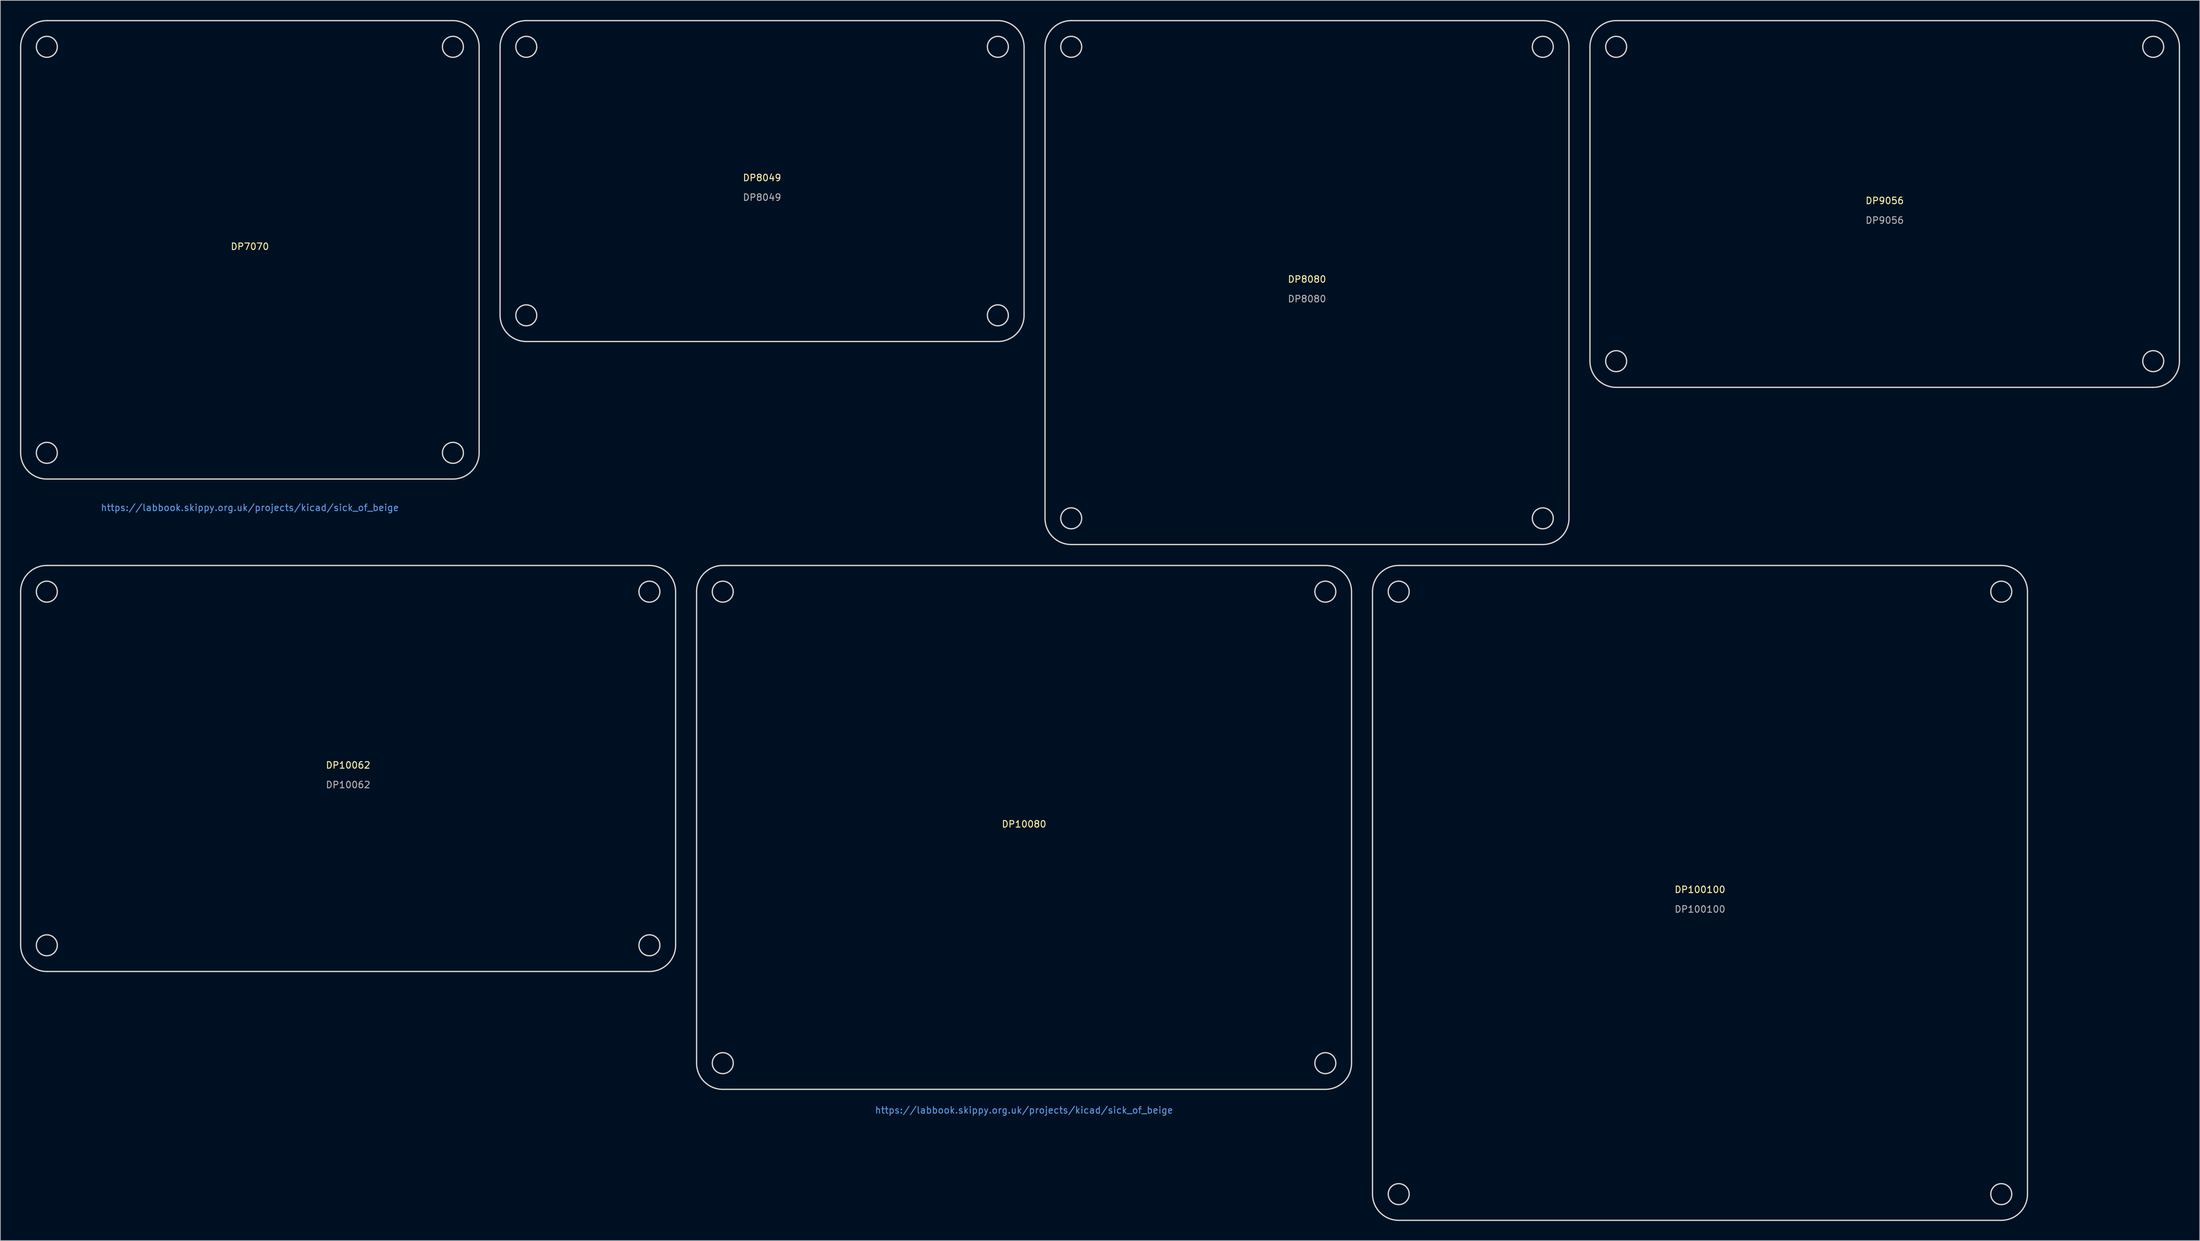
<source format=kicad_pcb>
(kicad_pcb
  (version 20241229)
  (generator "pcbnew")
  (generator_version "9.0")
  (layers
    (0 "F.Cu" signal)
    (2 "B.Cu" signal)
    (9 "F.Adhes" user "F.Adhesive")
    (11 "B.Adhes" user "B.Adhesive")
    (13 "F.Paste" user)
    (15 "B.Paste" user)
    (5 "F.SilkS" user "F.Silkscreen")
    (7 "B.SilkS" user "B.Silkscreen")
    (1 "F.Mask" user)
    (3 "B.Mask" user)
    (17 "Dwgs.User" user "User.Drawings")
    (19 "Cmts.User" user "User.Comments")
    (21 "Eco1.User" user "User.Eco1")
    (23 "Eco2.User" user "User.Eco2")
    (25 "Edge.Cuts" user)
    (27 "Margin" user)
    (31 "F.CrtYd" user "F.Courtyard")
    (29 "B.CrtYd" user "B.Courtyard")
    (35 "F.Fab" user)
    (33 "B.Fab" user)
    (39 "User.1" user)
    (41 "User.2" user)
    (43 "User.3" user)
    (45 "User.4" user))
  (footprint "DP10062"
    (layer "F.Cu")
    (at 50.1 114.3)
    (property "Reference" "DP10062" (at 0 -0.5 0) (unlocked yes) (layer "F.SilkS") (effects (font (size 1 1) (thickness 0.15))))
    (fp_line (start -50 27) (end -50 -27) (stroke (width 0.2) (type solid)) (layer "Edge.Cuts"))
    (fp_line (start -46 -31) (end 46 -31) (stroke (width 0.2) (type solid)) (layer "Edge.Cuts"))
    (fp_line (start 46 31) (end -46 31) (stroke (width 0.2) (type solid)) (layer "Edge.Cuts"))
    (fp_line (start 50 -27) (end 50 27) (stroke (width 0.2) (type solid)) (layer "Edge.Cuts"))
    (fp_arc (start -50 -27) (mid -48.828427 -29.828427) (end -46 -31) (stroke (width 0.2) (type solid)) (layer "Edge.Cuts"))
    (fp_arc (start -46 31) (mid -48.828427 29.828427) (end -50 27) (stroke (width 0.2) (type solid)) (layer "Edge.Cuts"))
    (fp_arc (start 46 -31) (mid 48.828427 -29.828427) (end 50 -27) (stroke (width 0.2) (type solid)) (layer "Edge.Cuts"))
    (fp_arc (start 50 27) (mid 48.828427 29.828427) (end 46 31) (stroke (width 0.2) (type solid)) (layer "Edge.Cuts"))
    (fp_circle (center -46 -27) (end -44.4 -27) (stroke (width 0.2) (type solid)) (fill no) (layer "Edge.Cuts"))
    (fp_circle (center -46 27) (end -44.4 27) (stroke (width 0.2) (type solid)) (fill no) (layer "Edge.Cuts"))
    (fp_circle (center 46 -27) (end 47.6 -27) (stroke (width 0.2) (type solid)) (fill no) (layer "Edge.Cuts"))
    (fp_circle (center 46 27) (end 47.6 27) (stroke (width 0.2) (type solid)) (fill no) (layer "Edge.Cuts"))
    (fp_text user "${REFERENCE}" (at 0 2.5 0) (unlocked yes) (layer "F.Fab") (effects (font (size 1 1) (thickness 0.15)))))
  (footprint "DP10080"
    (layer "F.Cu")
    (at 153.3 123.3)
    (property "Reference" "DP10080" (at 0 -0.5 0) (unlocked yes) (layer "F.SilkS") (effects (font (size 1 1) (thickness 0.15))))
    (fp_line (start -50 36) (end -50 -36) (stroke (width 0.2) (type solid)) (layer "Edge.Cuts"))
    (fp_line (start -46 -40) (end 46 -40) (stroke (width 0.2) (type solid)) (layer "Edge.Cuts"))
    (fp_line (start 46 40) (end -46 40) (stroke (width 0.2) (type solid)) (layer "Edge.Cuts"))
    (fp_line (start 50 -36) (end 50 36) (stroke (width 0.2) (type solid)) (layer "Edge.Cuts"))
    (fp_arc (start -50 -36) (mid -48.828427 -38.828427) (end -46 -40) (stroke (width 0.2) (type solid)) (layer "Edge.Cuts"))
    (fp_arc (start -46 40) (mid -48.828427 38.828427) (end -50 36) (stroke (width 0.2) (type solid)) (layer "Edge.Cuts"))
    (fp_arc (start 46 -40) (mid 48.828427 -38.828427) (end 50 -36) (stroke (width 0.2) (type solid)) (layer "Edge.Cuts"))
    (fp_arc (start 50 36) (mid 48.828427 38.828427) (end 46 40) (stroke (width 0.2) (type solid)) (layer "Edge.Cuts"))
    (fp_circle (center -46 -36) (end -44.4 -36) (stroke (width 0.2) (type solid)) (fill no) (layer "Edge.Cuts"))
    (fp_circle (center -46 36) (end -44.4 36) (stroke (width 0.2) (type solid)) (fill no) (layer "Edge.Cuts"))
    (fp_circle (center 46 -36) (end 47.6 -36) (stroke (width 0.2) (type solid)) (fill no) (layer "Edge.Cuts"))
    (fp_circle (center 46 36) (end 47.6 36) (stroke (width 0.2) (type solid)) (fill no) (layer "Edge.Cuts"))
    (fp_text user "https://labbook.skippy.org.uk/projects/kicad/sick_of_beige" (at 0 43.18 0) (unlocked yes) (layer "Cmts.User") (effects (font (size 1 1) (thickness 0.15)))))
  (footprint "DP8049"
    (layer "F.Cu")
    (at 113.3 24.6)
    (property "Reference" "DP8049" (at 0 -0.5 0) (unlocked yes) (layer "F.SilkS") (effects (font (size 1 1) (thickness 0.15))))
    (fp_line (start -40 20.5) (end -40 -20.5) (stroke (width 0.2) (type solid)) (layer "Edge.Cuts"))
    (fp_line (start -36 -24.5) (end 36 -24.5) (stroke (width 0.2) (type solid)) (layer "Edge.Cuts"))
    (fp_line (start 36 24.5) (end -36 24.5) (stroke (width 0.2) (type solid)) (layer "Edge.Cuts"))
    (fp_line (start 40 -20.5) (end 40 20.5) (stroke (width 0.2) (type solid)) (layer "Edge.Cuts"))
    (fp_arc (start -40 -20.5) (mid -38.828427 -23.328427) (end -36 -24.5) (stroke (width 0.2) (type solid)) (layer "Edge.Cuts"))
    (fp_arc (start -36 24.5) (mid -38.828427 23.328427) (end -40 20.5) (stroke (width 0.2) (type solid)) (layer "Edge.Cuts"))
    (fp_arc (start 36 -24.5) (mid 38.828427 -23.328427) (end 40 -20.5) (stroke (width 0.2) (type solid)) (layer "Edge.Cuts"))
    (fp_arc (start 40 20.5) (mid 38.828427 23.328427) (end 36 24.5) (stroke (width 0.2) (type solid)) (layer "Edge.Cuts"))
    (fp_circle (center -36 -20.5) (end -34.4 -20.5) (stroke (width 0.2) (type solid)) (fill no) (layer "Edge.Cuts"))
    (fp_circle (center -36 20.5) (end -34.4 20.5) (stroke (width 0.2) (type solid)) (fill no) (layer "Edge.Cuts"))
    (fp_circle (center 36 -20.5) (end 37.6 -20.5) (stroke (width 0.2) (type solid)) (fill no) (layer "Edge.Cuts"))
    (fp_circle (center 36 20.5) (end 37.6 20.5) (stroke (width 0.2) (type solid)) (fill no) (layer "Edge.Cuts"))
    (fp_text user "${REFERENCE}" (at 0 2.5 0) (unlocked yes) (layer "F.Fab") (effects (font (size 1 1) (thickness 0.15)))))
  (footprint "DP7070"
    (layer "F.Cu")
    (at 35.1 35.1)
    (property "Reference" "DP7070" (at 0 -0.5 0) (unlocked yes) (layer "F.SilkS") (effects (font (size 1 1) (thickness 0.15))))
    (fp_line (start -35 31) (end -35 -31) (stroke (width 0.2) (type solid)) (layer "Edge.Cuts"))
    (fp_line (start -31 -35) (end 31 -35) (stroke (width 0.2) (type solid)) (layer "Edge.Cuts"))
    (fp_line (start 31 35) (end -31 35) (stroke (width 0.2) (type solid)) (layer "Edge.Cuts"))
    (fp_line (start 35 -31) (end 35 31) (stroke (width 0.2) (type solid)) (layer "Edge.Cuts"))
    (fp_arc (start -35 -31) (mid -33.828427 -33.828427) (end -31 -35) (stroke (width 0.2) (type solid)) (layer "Edge.Cuts"))
    (fp_arc (start -31 35) (mid -33.828427 33.828427) (end -35 31) (stroke (width 0.2) (type solid)) (layer "Edge.Cuts"))
    (fp_arc (start 31 -35) (mid 33.828427 -33.828427) (end 35 -31) (stroke (width 0.2) (type solid)) (layer "Edge.Cuts"))
    (fp_arc (start 35 31) (mid 33.828427 33.828427) (end 31 35) (stroke (width 0.2) (type solid)) (layer "Edge.Cuts"))
    (fp_circle (center -31 -31) (end -29.4 -31) (stroke (width 0.2) (type solid)) (fill no) (layer "Edge.Cuts"))
    (fp_circle (center -31 31) (end -29.4 31) (stroke (width 0.2) (type solid)) (fill no) (layer "Edge.Cuts"))
    (fp_circle (center 31 -31) (end 32.6 -31) (stroke (width 0.2) (type solid)) (fill no) (layer "Edge.Cuts"))
    (fp_circle (center 31 31) (end 32.6 31) (stroke (width 0.2) (type solid)) (fill no) (layer "Edge.Cuts"))
    (fp_text user "https://labbook.skippy.org.uk/projects/kicad/sick_of_beige" (at 0 39.37 0) (unlocked yes) (layer "Cmts.User") (effects (font (size 1 1) (thickness 0.15)))))
  (footprint "DP9056"
    (layer "F.Cu")
    (at 284.7 28.1)
    (property "Reference" "DP9056" (at 0 -0.5 0) (unlocked yes) (layer "F.SilkS") (effects (font (size 1 1) (thickness 0.15))))
    (fp_line (start -45 24) (end -45 -24) (stroke (width 0.2) (type solid)) (layer "Edge.Cuts"))
    (fp_line (start -41 -28) (end 41 -28) (stroke (width 0.2) (type solid)) (layer "Edge.Cuts"))
    (fp_line (start 41 28) (end -41 28) (stroke (width 0.2) (type solid)) (layer "Edge.Cuts"))
    (fp_line (start 45 -24) (end 45 24) (stroke (width 0.2) (type solid)) (layer "Edge.Cuts"))
    (fp_arc (start -45 -24) (mid -43.828427 -26.828427) (end -41 -28) (stroke (width 0.2) (type solid)) (layer "Edge.Cuts"))
    (fp_arc (start -41 28) (mid -43.828427 26.828427) (end -45 24) (stroke (width 0.2) (type solid)) (layer "Edge.Cuts"))
    (fp_arc (start 41 -28) (mid 43.828427 -26.828427) (end 45 -24) (stroke (width 0.2) (type solid)) (layer "Edge.Cuts"))
    (fp_arc (start 45 24) (mid 43.828427 26.828427) (end 41 28) (stroke (width 0.2) (type solid)) (layer "Edge.Cuts"))
    (fp_circle (center -41 -24) (end -39.4 -24) (stroke (width 0.2) (type solid)) (fill no) (layer "Edge.Cuts"))
    (fp_circle (center -41 24) (end -39.4 24) (stroke (width 0.2) (type solid)) (fill no) (layer "Edge.Cuts"))
    (fp_circle (center 41 -24) (end 42.6 -24) (stroke (width 0.2) (type solid)) (fill no) (layer "Edge.Cuts"))
    (fp_circle (center 41 24) (end 42.6 24) (stroke (width 0.2) (type solid)) (fill no) (layer "Edge.Cuts"))
    (fp_text user "${REFERENCE}" (at 0 2.5 0) (unlocked yes) (layer "F.Fab") (effects (font (size 1 1) (thickness 0.15)))))
  (footprint "DP100100"
    (layer "F.Cu")
    (at 256.5 133.3)
    (property "Reference" "DP100100" (at 0 -0.5 0) (unlocked yes) (layer "F.SilkS") (effects (font (size 1 1) (thickness 0.15))))
    (fp_line (start -50 46) (end -50 -46) (stroke (width 0.2) (type solid)) (layer "Edge.Cuts"))
    (fp_line (start -46 -50) (end 46 -50) (stroke (width 0.2) (type solid)) (layer "Edge.Cuts"))
    (fp_line (start 46 50) (end -46 50) (stroke (width 0.2) (type solid)) (layer "Edge.Cuts"))
    (fp_line (start 50 -46) (end 50 46) (stroke (width 0.2) (type solid)) (layer "Edge.Cuts"))
    (fp_arc (start -50 -46) (mid -48.828427 -48.828427) (end -46 -50) (stroke (width 0.2) (type solid)) (layer "Edge.Cuts"))
    (fp_arc (start -46 50) (mid -48.828427 48.828427) (end -50 46) (stroke (width 0.2) (type solid)) (layer "Edge.Cuts"))
    (fp_arc (start 46 -50) (mid 48.828427 -48.828427) (end 50 -46) (stroke (width 0.2) (type solid)) (layer "Edge.Cuts"))
    (fp_arc (start 50 46) (mid 48.828427 48.828427) (end 46 50) (stroke (width 0.2) (type solid)) (layer "Edge.Cuts"))
    (fp_circle (center -46 -46) (end -44.4 -46) (stroke (width 0.2) (type solid)) (fill no) (layer "Edge.Cuts"))
    (fp_circle (center -46 46) (end -44.4 46) (stroke (width 0.2) (type solid)) (fill no) (layer "Edge.Cuts"))
    (fp_circle (center 46 -46) (end 47.6 -46) (stroke (width 0.2) (type solid)) (fill no) (layer "Edge.Cuts"))
    (fp_circle (center 46 46) (end 47.6 46) (stroke (width 0.2) (type solid)) (fill no) (layer "Edge.Cuts"))
    (fp_text user "${REFERENCE}" (at 0 2.5 0) (unlocked yes) (layer "F.Fab") (effects (font (size 1 1) (thickness 0.15)))))
  (footprint "DP8080"
    (layer "F.Cu")
    (at 196.5 40.1)
    (property "Reference" "DP8080" (at 0 -0.5 0) (unlocked yes) (layer "F.SilkS") (effects (font (size 1 1) (thickness 0.15))))
    (fp_line (start -40 36) (end -40 -36) (stroke (width 0.2) (type solid)) (layer "Edge.Cuts"))
    (fp_line (start -36 -40) (end 36 -40) (stroke (width 0.2) (type solid)) (layer "Edge.Cuts"))
    (fp_line (start 36 40) (end -36 40) (stroke (width 0.2) (type solid)) (layer "Edge.Cuts"))
    (fp_line (start 40 -36) (end 40 36) (stroke (width 0.2) (type solid)) (layer "Edge.Cuts"))
    (fp_arc (start -40 -36) (mid -38.828427 -38.828427) (end -36 -40) (stroke (width 0.2) (type solid)) (layer "Edge.Cuts"))
    (fp_arc (start -36 40) (mid -38.828427 38.828427) (end -40 36) (stroke (width 0.2) (type solid)) (layer "Edge.Cuts"))
    (fp_arc (start 36 -40) (mid 38.828427 -38.828427) (end 40 -36) (stroke (width 0.2) (type solid)) (layer "Edge.Cuts"))
    (fp_arc (start 40 36) (mid 38.828427 38.828427) (end 36 40) (stroke (width 0.2) (type solid)) (layer "Edge.Cuts"))
    (fp_circle (center -36 -36) (end -34.4 -36) (stroke (width 0.2) (type solid)) (fill no) (layer "Edge.Cuts"))
    (fp_circle (center -36 36) (end -34.4 36) (stroke (width 0.2) (type solid)) (fill no) (layer "Edge.Cuts"))
    (fp_circle (center 36 -36) (end 37.6 -36) (stroke (width 0.2) (type solid)) (fill no) (layer "Edge.Cuts"))
    (fp_circle (center 36 36) (end 37.6 36) (stroke (width 0.2) (type solid)) (fill no) (layer "Edge.Cuts"))
    (fp_text user "${REFERENCE}" (at 0 2.5 0) (unlocked yes) (layer "F.Fab") (effects (font (size 1 1) (thickness 0.15)))))
  (gr_rect
    (start -3 -3)
    (end 332.8 186.4)
    (stroke (width 0.1) (type default))
    (fill no)
    (layer "Edge.Cuts")))
</source>
